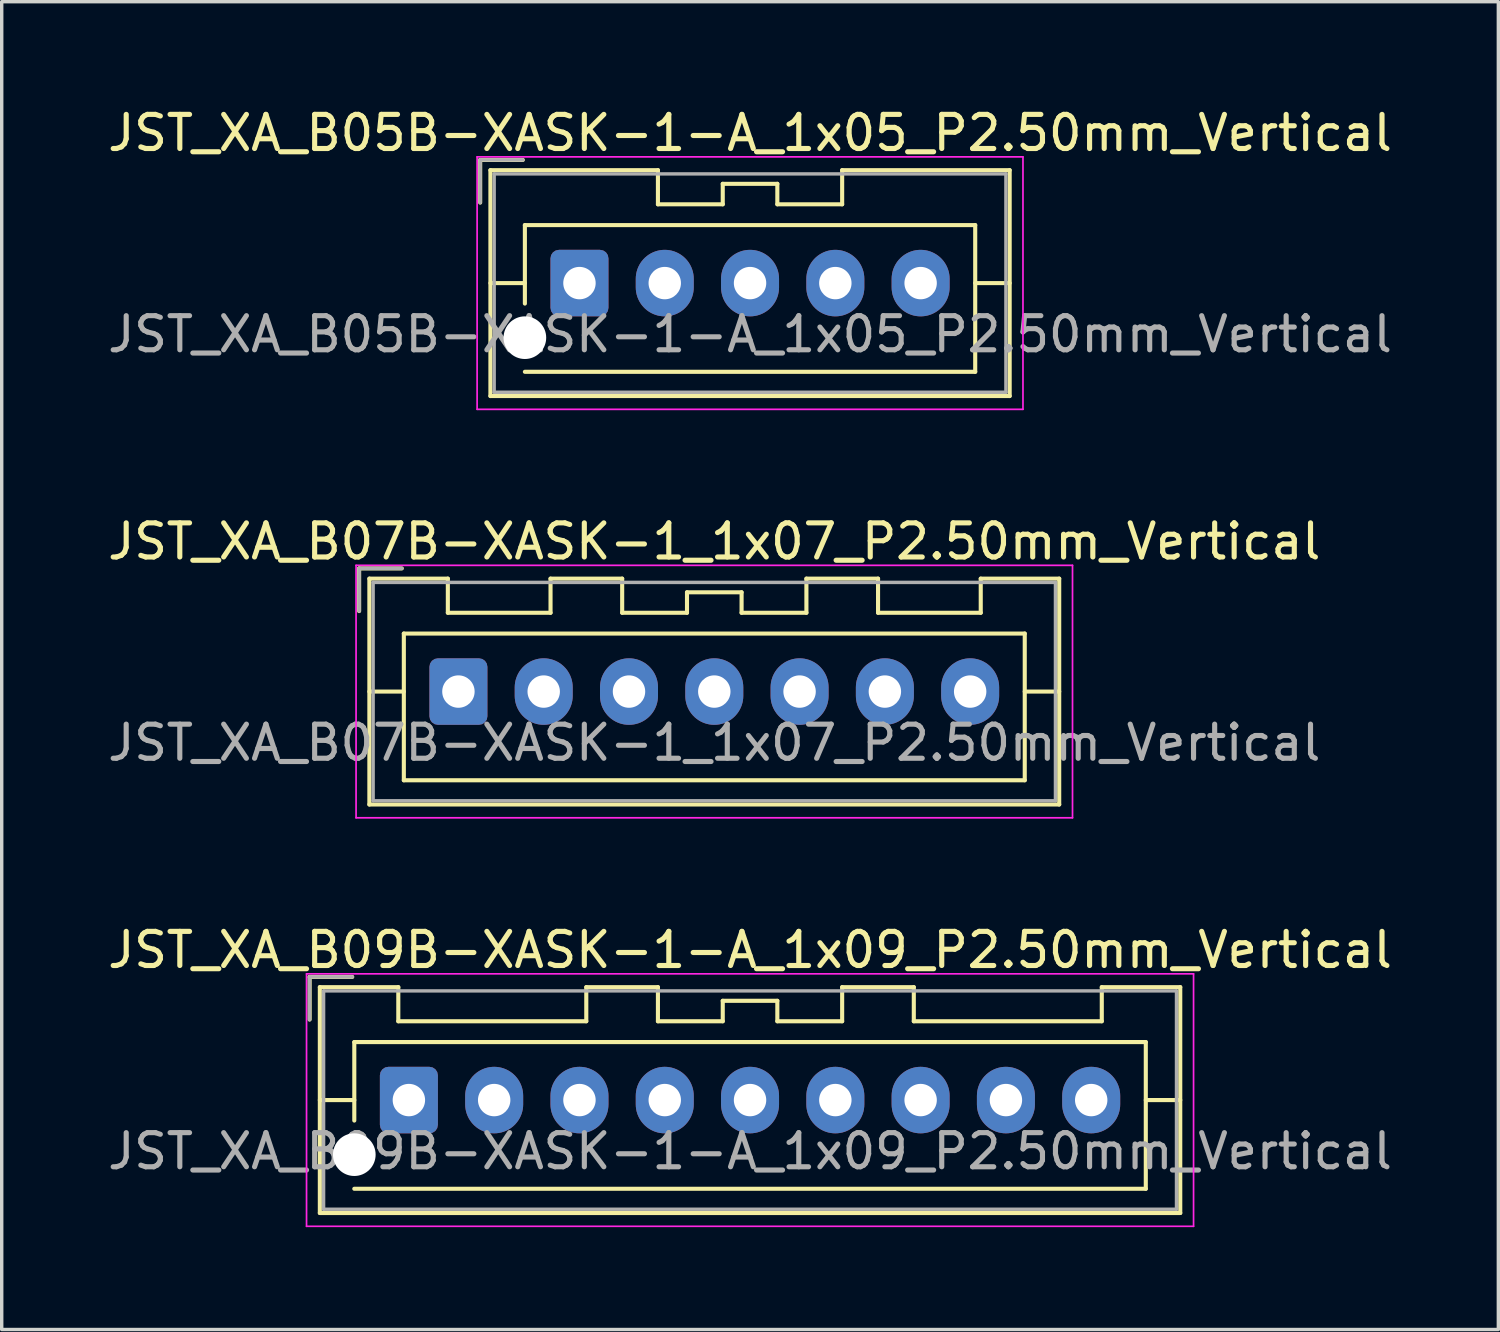
<source format=kicad_pcb>
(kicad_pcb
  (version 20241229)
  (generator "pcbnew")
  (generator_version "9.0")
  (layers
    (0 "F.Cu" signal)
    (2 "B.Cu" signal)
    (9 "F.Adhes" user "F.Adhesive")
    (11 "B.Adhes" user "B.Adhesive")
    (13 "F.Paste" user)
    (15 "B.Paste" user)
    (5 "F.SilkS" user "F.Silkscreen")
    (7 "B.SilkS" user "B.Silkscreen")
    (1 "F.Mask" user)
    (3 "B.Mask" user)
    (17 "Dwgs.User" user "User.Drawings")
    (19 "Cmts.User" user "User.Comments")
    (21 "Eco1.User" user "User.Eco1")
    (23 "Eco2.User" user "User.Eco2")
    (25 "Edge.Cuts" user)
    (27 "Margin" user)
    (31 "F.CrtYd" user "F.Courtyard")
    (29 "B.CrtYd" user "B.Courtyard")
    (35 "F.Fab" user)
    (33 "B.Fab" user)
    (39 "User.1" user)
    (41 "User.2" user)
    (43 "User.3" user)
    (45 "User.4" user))
  (footprint "JST_XA_B05B-XASK-1-A_1x05_P2.50mm_Vertical"
    (layer "F.Cu")
    (at 13.935 5.248)
    (property "Reference" "JST_XA_B05B-XASK-1-A_1x05_P2.50mm_Vertical" (at 5 -4.4 0) (layer "F.SilkS") (effects (font (size 1 1) (thickness 0.15))))
    (attr through_hole)
    (fp_line (start -2.91 -3.61) (end -2.91 -2.36) (stroke (width 0.12) (type solid)) (layer "F.SilkS"))
    (fp_line (start -2.61 -3.31) (end -2.61 3.31) (stroke (width 0.12) (type solid)) (layer "F.SilkS"))
    (fp_line (start -2.61 0) (end -1.6 0) (stroke (width 0.12) (type solid)) (layer "F.SilkS"))
    (fp_line (start -2.61 3.31) (end 12.61 3.31) (stroke (width 0.12) (type solid)) (layer "F.SilkS"))
    (fp_line (start -1.66 -3.61) (end -2.91 -3.61) (stroke (width 0.12) (type solid)) (layer "F.SilkS"))
    (fp_line (start -1.6 -1.7) (end 11.6 -1.7) (stroke (width 0.12) (type solid)) (layer "F.SilkS"))
    (fp_line (start -1.6 0.6) (end -1.6 -1.7) (stroke (width 0.12) (type solid)) (layer "F.SilkS"))
    (fp_line (start 2.3 -3.31) (end -2.61 -3.31) (stroke (width 0.12) (type solid)) (layer "F.SilkS"))
    (fp_line (start 2.3 -2.31) (end 2.3 -3.31) (stroke (width 0.12) (type solid)) (layer "F.SilkS"))
    (fp_line (start 4.2 -2.91) (end 4.2 -2.31) (stroke (width 0.12) (type solid)) (layer "F.SilkS"))
    (fp_line (start 4.2 -2.31) (end 2.3 -2.31) (stroke (width 0.12) (type solid)) (layer "F.SilkS"))
    (fp_line (start 5.8 -2.91) (end 4.2 -2.91) (stroke (width 0.12) (type solid)) (layer "F.SilkS"))
    (fp_line (start 5.8 -2.31) (end 5.8 -2.91) (stroke (width 0.12) (type solid)) (layer "F.SilkS"))
    (fp_line (start 7.7 -3.31) (end 7.7 -2.31) (stroke (width 0.12) (type solid)) (layer "F.SilkS"))
    (fp_line (start 7.7 -2.31) (end 5.8 -2.31) (stroke (width 0.12) (type solid)) (layer "F.SilkS"))
    (fp_line (start 11.6 -1.7) (end 11.6 2.6) (stroke (width 0.12) (type solid)) (layer "F.SilkS"))
    (fp_line (start 11.6 2.6) (end -1.6 2.6) (stroke (width 0.12) (type solid)) (layer "F.SilkS"))
    (fp_line (start 12.61 -3.31) (end 7.7 -3.31) (stroke (width 0.12) (type solid)) (layer "F.SilkS"))
    (fp_line (start 12.61 0) (end 11.6 0) (stroke (width 0.12) (type solid)) (layer "F.SilkS"))
    (fp_line (start 12.61 3.31) (end 12.61 -3.31) (stroke (width 0.12) (type solid)) (layer "F.SilkS"))
    (fp_line (start -3 -3.7) (end -3 3.7) (stroke (width 0.05) (type solid)) (layer "F.CrtYd"))
    (fp_line (start -3 3.7) (end 13 3.7) (stroke (width 0.05) (type solid)) (layer "F.CrtYd"))
    (fp_line (start 13 -3.7) (end -3 -3.7) (stroke (width 0.05) (type solid)) (layer "F.CrtYd"))
    (fp_line (start 13 3.7) (end 13 -3.7) (stroke (width 0.05) (type solid)) (layer "F.CrtYd"))
    (fp_line (start -2.91 -3.61) (end -2.91 -2.36) (stroke (width 0.1) (type solid)) (layer "F.Fab"))
    (fp_line (start -2.5 -3.2) (end -2.5 3.2) (stroke (width 0.1) (type solid)) (layer "F.Fab"))
    (fp_line (start -2.5 3.2) (end 12.5 3.2) (stroke (width 0.1) (type solid)) (layer "F.Fab"))
    (fp_line (start -1.66 -3.61) (end -2.91 -3.61) (stroke (width 0.1) (type solid)) (layer "F.Fab"))
    (fp_line (start 12.5 -3.2) (end -2.5 -3.2) (stroke (width 0.1) (type solid)) (layer "F.Fab"))
    (fp_line (start 12.5 3.2) (end 12.5 -3.2) (stroke (width 0.1) (type solid)) (layer "F.Fab"))
    (fp_text user "${REFERENCE}" (at 5 1.5 0) (layer "F.Fab") (effects (font (size 1 1) (thickness 0.15))))
    (pad "" np_thru_hole circle (at -1.6 1.6) (size 1.25 1.25) (drill 1.25) (layers "*.Cu" "*.Mask"))
    (pad "1" thru_hole roundrect (at 0 0) (size 1.7 1.95) (drill 0.95) (layers "*.Cu" "*.Mask") (roundrect_rratio 0.147))
    (pad "2" thru_hole oval (at 2.5 0) (size 1.7 1.95) (drill 0.95) (layers "*.Cu" "*.Mask"))
    (pad "3" thru_hole oval (at 5 0) (size 1.7 1.95) (drill 0.95) (layers "*.Cu" "*.Mask"))
    (pad "4" thru_hole oval (at 7.5 0) (size 1.7 1.95) (drill 0.95) (layers "*.Cu" "*.Mask"))
    (pad "5" thru_hole oval (at 10 0) (size 1.7 1.95) (drill 0.95) (layers "*.Cu" "*.Mask")))
  (footprint "JST_XA_B07B-XASK-1_1x07_P2.50mm_Vertical"
    (layer "F.Cu")
    (at 10.387 17.221)
    (property "Reference" "JST_XA_B07B-XASK-1_1x07_P2.50mm_Vertical" (at 7.5 -4.4 0) (layer "F.SilkS") (effects (font (size 1 1) (thickness 0.15))))
    (attr through_hole)
    (fp_line (start -2.91 -3.61) (end -2.91 -2.36) (stroke (width 0.12) (type solid)) (layer "F.SilkS"))
    (fp_line (start -2.61 -3.31) (end -2.61 3.31) (stroke (width 0.12) (type solid)) (layer "F.SilkS"))
    (fp_line (start -2.61 0) (end -1.6 0) (stroke (width 0.12) (type solid)) (layer "F.SilkS"))
    (fp_line (start -2.61 3.31) (end 17.61 3.31) (stroke (width 0.12) (type solid)) (layer "F.SilkS"))
    (fp_line (start -1.66 -3.61) (end -2.91 -3.61) (stroke (width 0.12) (type solid)) (layer "F.SilkS"))
    (fp_line (start -1.6 -1.7) (end -1.6 2.6) (stroke (width 0.12) (type solid)) (layer "F.SilkS"))
    (fp_line (start -1.6 2.6) (end 16.6 2.6) (stroke (width 0.12) (type solid)) (layer "F.SilkS"))
    (fp_line (start -0.31 -3.31) (end -2.61 -3.31) (stroke (width 0.12) (type solid)) (layer "F.SilkS"))
    (fp_line (start -0.31 -2.31) (end -0.31 -3.31) (stroke (width 0.12) (type solid)) (layer "F.SilkS"))
    (fp_line (start 2.7 -3.31) (end 2.7 -2.31) (stroke (width 0.12) (type solid)) (layer "F.SilkS"))
    (fp_line (start 2.7 -2.31) (end -0.31 -2.31) (stroke (width 0.12) (type solid)) (layer "F.SilkS"))
    (fp_line (start 4.8 -3.31) (end 2.7 -3.31) (stroke (width 0.12) (type solid)) (layer "F.SilkS"))
    (fp_line (start 4.8 -2.31) (end 4.8 -3.31) (stroke (width 0.12) (type solid)) (layer "F.SilkS"))
    (fp_line (start 6.7 -2.91) (end 6.7 -2.31) (stroke (width 0.12) (type solid)) (layer "F.SilkS"))
    (fp_line (start 6.7 -2.31) (end 4.8 -2.31) (stroke (width 0.12) (type solid)) (layer "F.SilkS"))
    (fp_line (start 8.3 -2.91) (end 6.7 -2.91) (stroke (width 0.12) (type solid)) (layer "F.SilkS"))
    (fp_line (start 8.3 -2.31) (end 8.3 -2.91) (stroke (width 0.12) (type solid)) (layer "F.SilkS"))
    (fp_line (start 10.2 -3.31) (end 10.2 -2.31) (stroke (width 0.12) (type solid)) (layer "F.SilkS"))
    (fp_line (start 10.2 -2.31) (end 8.3 -2.31) (stroke (width 0.12) (type solid)) (layer "F.SilkS"))
    (fp_line (start 12.3 -3.31) (end 10.2 -3.31) (stroke (width 0.12) (type solid)) (layer "F.SilkS"))
    (fp_line (start 12.3 -2.31) (end 12.3 -3.31) (stroke (width 0.12) (type solid)) (layer "F.SilkS"))
    (fp_line (start 15.31 -3.31) (end 15.31 -2.31) (stroke (width 0.12) (type solid)) (layer "F.SilkS"))
    (fp_line (start 15.31 -2.31) (end 12.3 -2.31) (stroke (width 0.12) (type solid)) (layer "F.SilkS"))
    (fp_line (start 16.6 -1.7) (end -1.6 -1.7) (stroke (width 0.12) (type solid)) (layer "F.SilkS"))
    (fp_line (start 16.6 2.6) (end 16.6 -1.7) (stroke (width 0.12) (type solid)) (layer "F.SilkS"))
    (fp_line (start 17.61 -3.31) (end 15.31 -3.31) (stroke (width 0.12) (type solid)) (layer "F.SilkS"))
    (fp_line (start 17.61 0) (end 16.6 0) (stroke (width 0.12) (type solid)) (layer "F.SilkS"))
    (fp_line (start 17.61 3.31) (end 17.61 -3.31) (stroke (width 0.12) (type solid)) (layer "F.SilkS"))
    (fp_line (start -3 -3.7) (end -3 3.7) (stroke (width 0.05) (type solid)) (layer "F.CrtYd"))
    (fp_line (start -3 3.7) (end 18 3.7) (stroke (width 0.05) (type solid)) (layer "F.CrtYd"))
    (fp_line (start 18 -3.7) (end -3 -3.7) (stroke (width 0.05) (type solid)) (layer "F.CrtYd"))
    (fp_line (start 18 3.7) (end 18 -3.7) (stroke (width 0.05) (type solid)) (layer "F.CrtYd"))
    (fp_line (start -2.91 -3.61) (end -2.91 -2.36) (stroke (width 0.1) (type solid)) (layer "F.Fab"))
    (fp_line (start -2.5 -3.2) (end -2.5 3.2) (stroke (width 0.1) (type solid)) (layer "F.Fab"))
    (fp_line (start -2.5 3.2) (end 17.5 3.2) (stroke (width 0.1) (type solid)) (layer "F.Fab"))
    (fp_line (start -1.66 -3.61) (end -2.91 -3.61) (stroke (width 0.1) (type solid)) (layer "F.Fab"))
    (fp_line (start 17.5 -3.2) (end -2.5 -3.2) (stroke (width 0.1) (type solid)) (layer "F.Fab"))
    (fp_line (start 17.5 3.2) (end 17.5 -3.2) (stroke (width 0.1) (type solid)) (layer "F.Fab"))
    (fp_text user "${REFERENCE}" (at 7.5 1.5 0) (layer "F.Fab") (effects (font (size 1 1) (thickness 0.15))))
    (pad "1" thru_hole roundrect (at 0 0) (size 1.7 1.95) (drill 0.95) (layers "*.Cu" "*.Mask") (roundrect_rratio 0.147))
    (pad "2" thru_hole oval (at 2.5 0) (size 1.7 1.95) (drill 0.95) (layers "*.Cu" "*.Mask"))
    (pad "3" thru_hole oval (at 5 0) (size 1.7 1.95) (drill 0.95) (layers "*.Cu" "*.Mask"))
    (pad "4" thru_hole oval (at 7.5 0) (size 1.7 1.95) (drill 0.95) (layers "*.Cu" "*.Mask"))
    (pad "5" thru_hole oval (at 10 0) (size 1.7 1.95) (drill 0.95) (layers "*.Cu" "*.Mask"))
    (pad "6" thru_hole oval (at 12.5 0) (size 1.7 1.95) (drill 0.95) (layers "*.Cu" "*.Mask"))
    (pad "7" thru_hole oval (at 15 0) (size 1.7 1.95) (drill 0.95) (layers "*.Cu" "*.Mask")))
  (footprint "JST_XA_B09B-XASK-1-A_1x09_P2.50mm_Vertical"
    (layer "F.Cu")
    (at 8.935 29.195)
    (property "Reference" "JST_XA_B09B-XASK-1-A_1x09_P2.50mm_Vertical" (at 10 -4.4 0) (layer "F.SilkS") (effects (font (size 1 1) (thickness 0.15))))
    (attr through_hole)
    (fp_line (start -2.91 -3.61) (end -2.91 -2.36) (stroke (width 0.12) (type solid)) (layer "F.SilkS"))
    (fp_line (start -2.61 -3.31) (end -2.61 3.31) (stroke (width 0.12) (type solid)) (layer "F.SilkS"))
    (fp_line (start -2.61 0) (end -1.6 0) (stroke (width 0.12) (type solid)) (layer "F.SilkS"))
    (fp_line (start -2.61 3.31) (end 22.61 3.31) (stroke (width 0.12) (type solid)) (layer "F.SilkS"))
    (fp_line (start -1.66 -3.61) (end -2.91 -3.61) (stroke (width 0.12) (type solid)) (layer "F.SilkS"))
    (fp_line (start -1.6 -1.7) (end 21.6 -1.7) (stroke (width 0.12) (type solid)) (layer "F.SilkS"))
    (fp_line (start -1.6 0.6) (end -1.6 -1.7) (stroke (width 0.12) (type solid)) (layer "F.SilkS"))
    (fp_line (start -0.31 -3.31) (end -2.61 -3.31) (stroke (width 0.12) (type solid)) (layer "F.SilkS"))
    (fp_line (start -0.31 -2.31) (end -0.31 -3.31) (stroke (width 0.12) (type solid)) (layer "F.SilkS"))
    (fp_line (start 5.2 -3.31) (end 5.2 -2.31) (stroke (width 0.12) (type solid)) (layer "F.SilkS"))
    (fp_line (start 5.2 -2.31) (end -0.31 -2.31) (stroke (width 0.12) (type solid)) (layer "F.SilkS"))
    (fp_line (start 7.3 -3.31) (end 5.2 -3.31) (stroke (width 0.12) (type solid)) (layer "F.SilkS"))
    (fp_line (start 7.3 -2.31) (end 7.3 -3.31) (stroke (width 0.12) (type solid)) (layer "F.SilkS"))
    (fp_line (start 9.2 -2.91) (end 9.2 -2.31) (stroke (width 0.12) (type solid)) (layer "F.SilkS"))
    (fp_line (start 9.2 -2.31) (end 7.3 -2.31) (stroke (width 0.12) (type solid)) (layer "F.SilkS"))
    (fp_line (start 10.8 -2.91) (end 9.2 -2.91) (stroke (width 0.12) (type solid)) (layer "F.SilkS"))
    (fp_line (start 10.8 -2.31) (end 10.8 -2.91) (stroke (width 0.12) (type solid)) (layer "F.SilkS"))
    (fp_line (start 12.7 -3.31) (end 12.7 -2.31) (stroke (width 0.12) (type solid)) (layer "F.SilkS"))
    (fp_line (start 12.7 -2.31) (end 10.8 -2.31) (stroke (width 0.12) (type solid)) (layer "F.SilkS"))
    (fp_line (start 14.8 -3.31) (end 12.7 -3.31) (stroke (width 0.12) (type solid)) (layer "F.SilkS"))
    (fp_line (start 14.8 -2.31) (end 14.8 -3.31) (stroke (width 0.12) (type solid)) (layer "F.SilkS"))
    (fp_line (start 20.31 -3.31) (end 20.31 -2.31) (stroke (width 0.12) (type solid)) (layer "F.SilkS"))
    (fp_line (start 20.31 -2.31) (end 14.8 -2.31) (stroke (width 0.12) (type solid)) (layer "F.SilkS"))
    (fp_line (start 21.6 -1.7) (end 21.6 2.6) (stroke (width 0.12) (type solid)) (layer "F.SilkS"))
    (fp_line (start 21.6 2.6) (end -1.6 2.6) (stroke (width 0.12) (type solid)) (layer "F.SilkS"))
    (fp_line (start 22.61 -3.31) (end 20.31 -3.31) (stroke (width 0.12) (type solid)) (layer "F.SilkS"))
    (fp_line (start 22.61 0) (end 21.6 0) (stroke (width 0.12) (type solid)) (layer "F.SilkS"))
    (fp_line (start 22.61 3.31) (end 22.61 -3.31) (stroke (width 0.12) (type solid)) (layer "F.SilkS"))
    (fp_line (start -3 -3.7) (end -3 3.7) (stroke (width 0.05) (type solid)) (layer "F.CrtYd"))
    (fp_line (start -3 3.7) (end 23 3.7) (stroke (width 0.05) (type solid)) (layer "F.CrtYd"))
    (fp_line (start 23 -3.7) (end -3 -3.7) (stroke (width 0.05) (type solid)) (layer "F.CrtYd"))
    (fp_line (start 23 3.7) (end 23 -3.7) (stroke (width 0.05) (type solid)) (layer "F.CrtYd"))
    (fp_line (start -2.91 -3.61) (end -2.91 -2.36) (stroke (width 0.1) (type solid)) (layer "F.Fab"))
    (fp_line (start -2.5 -3.2) (end -2.5 3.2) (stroke (width 0.1) (type solid)) (layer "F.Fab"))
    (fp_line (start -2.5 3.2) (end 22.5 3.2) (stroke (width 0.1) (type solid)) (layer "F.Fab"))
    (fp_line (start -1.66 -3.61) (end -2.91 -3.61) (stroke (width 0.1) (type solid)) (layer "F.Fab"))
    (fp_line (start 22.5 -3.2) (end -2.5 -3.2) (stroke (width 0.1) (type solid)) (layer "F.Fab"))
    (fp_line (start 22.5 3.2) (end 22.5 -3.2) (stroke (width 0.1) (type solid)) (layer "F.Fab"))
    (fp_text user "${REFERENCE}" (at 10 1.5 0) (layer "F.Fab") (effects (font (size 1 1) (thickness 0.15))))
    (pad "" np_thru_hole circle (at -1.6 1.6) (size 1.25 1.25) (drill 1.25) (layers "*.Cu" "*.Mask"))
    (pad "1" thru_hole roundrect (at 0 0) (size 1.7 1.95) (drill 0.95) (layers "*.Cu" "*.Mask") (roundrect_rratio 0.147))
    (pad "2" thru_hole oval (at 2.5 0) (size 1.7 1.95) (drill 0.95) (layers "*.Cu" "*.Mask"))
    (pad "3" thru_hole oval (at 5 0) (size 1.7 1.95) (drill 0.95) (layers "*.Cu" "*.Mask"))
    (pad "4" thru_hole oval (at 7.5 0) (size 1.7 1.95) (drill 0.95) (layers "*.Cu" "*.Mask"))
    (pad "5" thru_hole oval (at 10 0) (size 1.7 1.95) (drill 0.95) (layers "*.Cu" "*.Mask"))
    (pad "6" thru_hole oval (at 12.5 0) (size 1.7 1.95) (drill 0.95) (layers "*.Cu" "*.Mask"))
    (pad "7" thru_hole oval (at 15 0) (size 1.7 1.95) (drill 0.95) (layers "*.Cu" "*.Mask"))
    (pad "8" thru_hole oval (at 17.5 0) (size 1.7 1.95) (drill 0.95) (layers "*.Cu" "*.Mask"))
    (pad "9" thru_hole oval (at 20 0) (size 1.7 1.95) (drill 0.95) (layers "*.Cu" "*.Mask")))
  (gr_rect
    (start -3 -3)
    (end 40.869 35.92)
    (stroke (width 0.1) (type default))
    (fill no)
    (layer "Edge.Cuts")))
</source>
